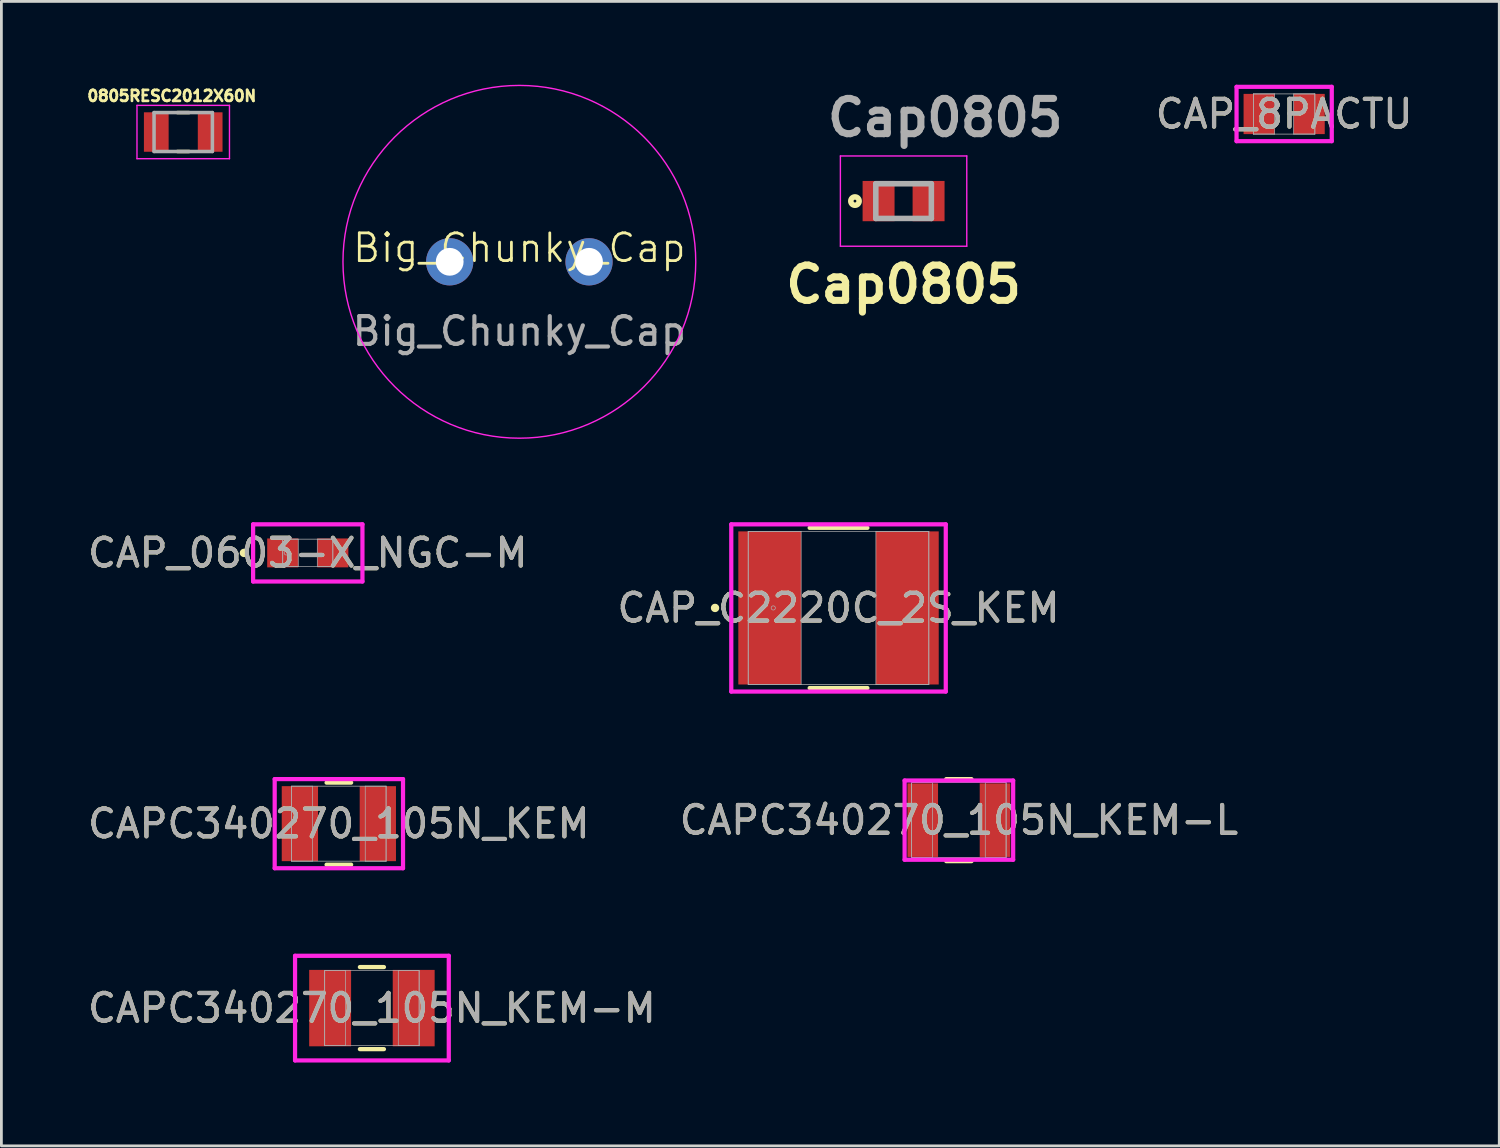
<source format=kicad_pcb>
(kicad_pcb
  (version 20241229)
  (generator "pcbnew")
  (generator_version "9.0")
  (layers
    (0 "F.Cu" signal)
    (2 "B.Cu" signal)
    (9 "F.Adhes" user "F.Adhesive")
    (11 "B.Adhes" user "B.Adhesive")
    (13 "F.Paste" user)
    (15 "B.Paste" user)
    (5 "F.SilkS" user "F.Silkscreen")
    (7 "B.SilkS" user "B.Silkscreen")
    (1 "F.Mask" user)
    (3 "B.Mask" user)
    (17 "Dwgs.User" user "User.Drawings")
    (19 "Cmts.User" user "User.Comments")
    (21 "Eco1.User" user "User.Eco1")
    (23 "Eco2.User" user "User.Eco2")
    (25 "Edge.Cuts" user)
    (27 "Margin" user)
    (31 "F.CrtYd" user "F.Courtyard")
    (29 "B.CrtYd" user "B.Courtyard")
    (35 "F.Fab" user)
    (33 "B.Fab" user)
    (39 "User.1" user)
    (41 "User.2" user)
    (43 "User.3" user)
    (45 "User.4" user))
  (footprint "Big_Chunky_Cap"
    (layer "F.Cu")
    (at 15.647 6.375)
    (property "Reference" "Big_Chunky_Cap" (at 0 -0.5 0) (unlocked yes) (layer "F.SilkS") (effects (font (size 1 1) (thickness 0.1))))
    (attr through_hole)
    (fp_circle (center 0 0) (end 6.35 0) (stroke (width 0.05) (type default)) (fill no) (layer "F.CrtYd"))
    (fp_text user "${REFERENCE}" (at 0 2.5 0) (unlocked yes) (layer "F.Fab") (effects (font (size 1 1) (thickness 0.15))))
    (pad "3" thru_hole circle (at 2.508 0) (size 1.7 1.7) (drill 1) (layers "*.Cu" "*.Mask"))
    (pad "4" thru_hole circle (at -2.508 0) (size 1.7 1.7) (drill 1) (layers "*.Cu" "*.Mask")))
  (footprint "CAP_0603-X_NGC-M"
    (layer "F.Cu")
    (at 8.03 16.855)
    (property "Reference" "CAP_0603-X_NGC-M" (at 0 0 0) (unlocked yes) (layer "F.SilkS") (effects (font (size 1 1) (thickness 0.15))))
    (attr smd)
    (fp_circle (center -2.299 0) (end -2.223 0) (stroke (width 0.152) (type solid)) (fill no) (layer "F.SilkS"))
    (fp_line (start -1.968 -1.029) (end 1.968 -1.029) (stroke (width 0.152) (type solid)) (layer "F.CrtYd"))
    (fp_line (start -1.968 1.029) (end -1.968 -1.029) (stroke (width 0.152) (type solid)) (layer "F.CrtYd"))
    (fp_line (start 1.968 -1.029) (end 1.968 1.029) (stroke (width 0.152) (type solid)) (layer "F.CrtYd"))
    (fp_line (start 1.968 1.029) (end -1.968 1.029) (stroke (width 0.152) (type solid)) (layer "F.CrtYd"))
    (fp_line (start -0.902 -0.495) (end -0.902 0.495) (stroke (width 0.025) (type solid)) (layer "F.Fab"))
    (fp_line (start -0.902 -0.495) (end -0.902 0.495) (stroke (width 0.025) (type solid)) (layer "F.Fab"))
    (fp_line (start -0.902 0.495) (end -0.343 0.495) (stroke (width 0.025) (type solid)) (layer "F.Fab"))
    (fp_line (start -0.902 0.495) (end 0.902 0.495) (stroke (width 0.025) (type solid)) (layer "F.Fab"))
    (fp_line (start -0.343 -0.495) (end -0.902 -0.495) (stroke (width 0.025) (type solid)) (layer "F.Fab"))
    (fp_line (start -0.343 0.495) (end -0.343 -0.495) (stroke (width 0.025) (type solid)) (layer "F.Fab"))
    (fp_line (start 0.343 -0.495) (end 0.343 0.495) (stroke (width 0.025) (type solid)) (layer "F.Fab"))
    (fp_line (start 0.343 0.495) (end 0.902 0.495) (stroke (width 0.025) (type solid)) (layer "F.Fab"))
    (fp_line (start 0.902 -0.495) (end -0.902 -0.495) (stroke (width 0.025) (type solid)) (layer "F.Fab"))
    (fp_line (start 0.902 -0.495) (end 0.343 -0.495) (stroke (width 0.025) (type solid)) (layer "F.Fab"))
    (fp_line (start 0.902 0.495) (end 0.902 -0.495) (stroke (width 0.025) (type solid)) (layer "F.Fab"))
    (fp_line (start 0.902 0.495) (end 0.902 -0.495) (stroke (width 0.025) (type solid)) (layer "F.Fab"))
    (fp_circle (center -0.775 0) (end -0.699 0) (stroke (width 0.025) (type solid)) (fill no) (layer "F.Fab"))
    (fp_text user "${REFERENCE}" (at 0 0 0) (unlocked yes) (layer "F.Fab") (effects (font (size 1 1) (thickness 0.15))))
    (pad "1" smd rect (at -0.902 0) (size 1.118 1.041) (layers "F.Cu" "F.Mask" "F.Paste"))
    (pad "2" smd rect (at 0.902 0) (size 1.118 1.041) (layers "F.Cu" "F.Mask" "F.Paste"))
    (zone (net_name "") (layer "F.Cu") (hatch full 0.508) (connect_pads) (min_thickness 0.254) (filled_areas_thickness no) (keepout (tracks not_allowed) (vias not_allowed) (pads allowed) (copperpour not_allowed) (footprints allowed)) (placement (enabled no)) (fill) (polygon (pts (xy 7.738 16.41) (xy 8.322 16.41) (xy 8.322 17.299) (xy 7.738 17.299)))))
  (footprint "0805RESC2012X60N"
    (layer "F.Cu")
    (at 3.546 1.703)
    (property "Reference" "0805RESC2012X60N" (at -0.41 -1.3 0) (layer "F.SilkS") (effects (font (size 0.394 0.394) (thickness 0.15))))
    (attr smd)
    (fp_line (start -0.21 -0.7) (end 0.21 -0.7) (stroke (width 0.127) (type solid)) (layer "F.SilkS"))
    (fp_line (start -0.21 0.7) (end 0.21 0.7) (stroke (width 0.127) (type solid)) (layer "F.SilkS"))
    (fp_line (start -1.665 -0.96) (end 1.665 -0.96) (stroke (width 0.05) (type solid)) (layer "F.CrtYd"))
    (fp_line (start -1.665 0.96) (end -1.665 -0.96) (stroke (width 0.05) (type solid)) (layer "F.CrtYd"))
    (fp_line (start -1.665 0.96) (end 1.665 0.96) (stroke (width 0.05) (type solid)) (layer "F.CrtYd"))
    (fp_line (start 1.665 0.96) (end 1.665 -0.96) (stroke (width 0.05) (type solid)) (layer "F.CrtYd"))
    (fp_line (start -1.05 0.7) (end -1.05 -0.7) (stroke (width 0.127) (type solid)) (layer "F.Fab"))
    (fp_line (start 1.05 -0.7) (end -1.05 -0.7) (stroke (width 0.127) (type solid)) (layer "F.Fab"))
    (fp_line (start 1.05 0.7) (end -1.05 0.7) (stroke (width 0.127) (type solid)) (layer "F.Fab"))
    (fp_line (start 1.05 0.7) (end 1.05 -0.7) (stroke (width 0.127) (type solid)) (layer "F.Fab"))
    (pad "1" smd rect (at -0.97 0) (size 0.89 1.42) (layers "F.Cu" "F.Mask" "F.Paste"))
    (pad "2" smd rect (at 0.97 0) (size 0.89 1.42) (layers "F.Cu" "F.Mask" "F.Paste")))
  (footprint "CAPC340270_105N_KEM"
    (layer "F.Cu")
    (at 9.149 26.602)
    (property "Reference" "CAPC340270_105N_KEM" (at 0 0 0) (unlocked yes) (layer "F.SilkS") (effects (font (size 1 1) (thickness 0.15))))
    (attr smd)
    (fp_line (start -0.442 1.477) (end 0.442 1.477) (stroke (width 0.152) (type solid)) (layer "F.SilkS"))
    (fp_line (start 0.442 -1.477) (end -0.442 -1.477) (stroke (width 0.152) (type solid)) (layer "F.SilkS"))
    (fp_line (start -2.31 -1.604) (end 2.31 -1.604) (stroke (width 0.152) (type solid)) (layer "F.CrtYd"))
    (fp_line (start -2.31 1.604) (end -2.31 -1.604) (stroke (width 0.152) (type solid)) (layer "F.CrtYd"))
    (fp_line (start 2.31 -1.604) (end 2.31 1.604) (stroke (width 0.152) (type solid)) (layer "F.CrtYd"))
    (fp_line (start 2.31 1.604) (end -2.31 1.604) (stroke (width 0.152) (type solid)) (layer "F.CrtYd"))
    (fp_line (start -1.7 -1.35) (end -1.7 1.35) (stroke (width 0.025) (type solid)) (layer "F.Fab"))
    (fp_line (start -1.7 -1.35) (end -1.7 1.35) (stroke (width 0.025) (type solid)) (layer "F.Fab"))
    (fp_line (start -1.7 1.35) (end -0.95 1.35) (stroke (width 0.025) (type solid)) (layer "F.Fab"))
    (fp_line (start -1.7 1.35) (end 1.7 1.35) (stroke (width 0.025) (type solid)) (layer "F.Fab"))
    (fp_line (start -0.95 -1.35) (end -1.7 -1.35) (stroke (width 0.025) (type solid)) (layer "F.Fab"))
    (fp_line (start -0.95 1.35) (end -0.95 -1.35) (stroke (width 0.025) (type solid)) (layer "F.Fab"))
    (fp_line (start 0.95 -1.35) (end 0.95 1.35) (stroke (width 0.025) (type solid)) (layer "F.Fab"))
    (fp_line (start 0.95 1.35) (end 1.7 1.35) (stroke (width 0.025) (type solid)) (layer "F.Fab"))
    (fp_line (start 1.7 -1.35) (end -1.7 -1.35) (stroke (width 0.025) (type solid)) (layer "F.Fab"))
    (fp_line (start 1.7 -1.35) (end 0.95 -1.35) (stroke (width 0.025) (type solid)) (layer "F.Fab"))
    (fp_line (start 1.7 1.35) (end 1.7 -1.35) (stroke (width 0.025) (type solid)) (layer "F.Fab"))
    (fp_line (start 1.7 1.35) (end 1.7 -1.35) (stroke (width 0.025) (type solid)) (layer "F.Fab"))
    (fp_text user "${REFERENCE}" (at 0 0 0) (unlocked yes) (layer "F.Fab") (effects (font (size 1 1) (thickness 0.15))))
    (pad "1" smd rect (at -1.403 0) (size 1.306 2.7) (layers "F.Cu" "F.Mask" "F.Paste"))
    (pad "2" smd rect (at 1.403 0) (size 1.306 2.7) (layers "F.Cu" "F.Mask" "F.Paste"))
    (zone (net_name "") (layer "F.Cu") (hatch full 0.508) (connect_pads) (min_thickness 0.254) (filled_areas_thickness no) (keepout (tracks not_allowed) (vias not_allowed) (pads allowed) (copperpour not_allowed) (footprints allowed)) (placement (enabled no)) (fill) (polygon (pts (xy 8.45 25.303) (xy 9.848 25.303) (xy 9.848 27.902) (xy 8.45 27.902)))))
  (footprint "CAP_C2220C_2S_KEM"
    (layer "F.Cu")
    (at 27.137 18.836)
    (property "Reference" "CAP_C2220C_2S_KEM" (at 0 0 0) (unlocked yes) (layer "F.SilkS") (effects (font (size 1 1) (thickness 0.15))))
    (attr smd)
    (fp_line (start -1.039 2.883) (end 1.039 2.883) (stroke (width 0.152) (type solid)) (layer "F.SilkS"))
    (fp_line (start 1.039 -2.883) (end -1.039 -2.883) (stroke (width 0.152) (type solid)) (layer "F.SilkS"))
    (fp_circle (center -4.445 0) (end -4.369 0) (stroke (width 0.152) (type solid)) (fill no) (layer "F.SilkS"))
    (fp_line (start -3.861 -3.01) (end 3.861 -3.01) (stroke (width 0.152) (type solid)) (layer "F.CrtYd"))
    (fp_line (start -3.861 3.01) (end -3.861 -3.01) (stroke (width 0.152) (type solid)) (layer "F.CrtYd"))
    (fp_line (start 3.861 -3.01) (end 3.861 3.01) (stroke (width 0.152) (type solid)) (layer "F.CrtYd"))
    (fp_line (start 3.861 3.01) (end -3.861 3.01) (stroke (width 0.152) (type solid)) (layer "F.CrtYd"))
    (fp_line (start -3.251 -2.756) (end -3.251 2.756) (stroke (width 0.025) (type solid)) (layer "F.Fab"))
    (fp_line (start -3.251 -2.756) (end -3.251 2.756) (stroke (width 0.025) (type solid)) (layer "F.Fab"))
    (fp_line (start -3.251 2.756) (end -1.346 2.756) (stroke (width 0.025) (type solid)) (layer "F.Fab"))
    (fp_line (start -3.251 2.756) (end 3.251 2.756) (stroke (width 0.025) (type solid)) (layer "F.Fab"))
    (fp_line (start -1.346 -2.756) (end -3.251 -2.756) (stroke (width 0.025) (type solid)) (layer "F.Fab"))
    (fp_line (start -1.346 2.756) (end -1.346 -2.756) (stroke (width 0.025) (type solid)) (layer "F.Fab"))
    (fp_line (start 1.346 -2.756) (end 1.346 2.756) (stroke (width 0.025) (type solid)) (layer "F.Fab"))
    (fp_line (start 1.346 2.756) (end 3.251 2.756) (stroke (width 0.025) (type solid)) (layer "F.Fab"))
    (fp_line (start 3.251 -2.756) (end -3.251 -2.756) (stroke (width 0.025) (type solid)) (layer "F.Fab"))
    (fp_line (start 3.251 -2.756) (end 1.346 -2.756) (stroke (width 0.025) (type solid)) (layer "F.Fab"))
    (fp_line (start 3.251 2.756) (end 3.251 -2.756) (stroke (width 0.025) (type solid)) (layer "F.Fab"))
    (fp_line (start 3.251 2.756) (end 3.251 -2.756) (stroke (width 0.025) (type solid)) (layer "F.Fab"))
    (fp_circle (center -2.349 0) (end -2.273 0) (stroke (width 0.025) (type solid)) (fill no) (layer "F.Fab"))
    (fp_text user "${REFERENCE}" (at 0 0 0) (unlocked yes) (layer "F.Fab") (effects (font (size 1 1) (thickness 0.15))))
    (pad "1" smd rect (at -2.477 0) (size 2.261 5.512) (layers "F.Cu" "F.Mask" "F.Paste"))
    (pad "2" smd rect (at 2.477 0) (size 2.261 5.512) (layers "F.Cu" "F.Mask" "F.Paste"))
    (zone (net_name "") (layer "F.Cu") (hatch full 0.508) (connect_pads) (min_thickness 0.254) (filled_areas_thickness no) (keepout (tracks not_allowed) (vias not_allowed) (pads allowed) (copperpour not_allowed) (footprints allowed)) (placement (enabled no)) (fill) (polygon (pts (xy 25.842 16.131) (xy 28.432 16.131) (xy 28.432 21.541) (xy 25.842 21.541)))))
  (footprint "Cap0805"
    (layer "F.Cu")
    (at 29.479 4.189)
    (property "Reference" "Cap0805" (at 0 3 0) (layer "F.SilkS") (effects (font (size 1.27 1.27) (thickness 0.254))))
    (attr smd)
    (fp_circle (center -1.75 0) (end -1.75 0.05) (stroke (width 0.2) (type solid)) (fill no) (layer "F.SilkS"))
    (fp_line (start -2.275 -1.625) (end 2.275 -1.625) (stroke (width 0.05) (type solid)) (layer "F.CrtYd"))
    (fp_line (start -2.275 1.625) (end -2.275 -1.625) (stroke (width 0.05) (type solid)) (layer "F.CrtYd"))
    (fp_line (start 2.275 -1.625) (end 2.275 1.625) (stroke (width 0.05) (type solid)) (layer "F.CrtYd"))
    (fp_line (start 2.275 1.625) (end -2.275 1.625) (stroke (width 0.05) (type solid)) (layer "F.CrtYd"))
    (fp_line (start -1 -0.625) (end 1 -0.625) (stroke (width 0.2) (type solid)) (layer "F.Fab"))
    (fp_line (start -1 0.625) (end -1 -0.625) (stroke (width 0.2) (type solid)) (layer "F.Fab"))
    (fp_line (start 1 -0.625) (end 1 0.625) (stroke (width 0.2) (type solid)) (layer "F.Fab"))
    (fp_line (start 1 0.625) (end -1 0.625) (stroke (width 0.2) (type solid)) (layer "F.Fab"))
    (fp_text user "${REFERENCE}" (at 1.5 -3 0) (layer "F.Fab") (effects (font (size 1.27 1.27) (thickness 0.254))))
    (pad "1" smd rect (at -0.9 0) (size 1.15 1.45) (layers "F.Cu" "F.Mask" "F.Paste"))
    (pad "2" smd rect (at 0.9 0) (size 1.15 1.45) (layers "F.Cu" "F.Mask" "F.Paste")))
  (footprint "CAP_8PACTU"
    (layer "F.Cu")
    (at 43.18 1.054)
    (property "Reference" "CAP_8PACTU" (at 0 0 0) (unlocked yes) (layer "F.SilkS") (effects (font (size 1 1) (thickness 0.15))))
    (attr smd)
    (fp_line (start -1.714 -0.978) (end 1.714 -0.978) (stroke (width 0.152) (type solid)) (layer "F.CrtYd"))
    (fp_line (start -1.714 0.978) (end -1.714 -0.978) (stroke (width 0.152) (type solid)) (layer "F.CrtYd"))
    (fp_line (start 1.714 -0.978) (end 1.714 0.978) (stroke (width 0.152) (type solid)) (layer "F.CrtYd"))
    (fp_line (start 1.714 0.978) (end -1.714 0.978) (stroke (width 0.152) (type solid)) (layer "F.CrtYd"))
    (fp_line (start -1.105 -0.724) (end -1.105 0.724) (stroke (width 0.025) (type solid)) (layer "F.Fab"))
    (fp_line (start -1.105 -0.724) (end -1.105 0.724) (stroke (width 0.025) (type solid)) (layer "F.Fab"))
    (fp_line (start -1.105 0.724) (end -0.343 0.724) (stroke (width 0.025) (type solid)) (layer "F.Fab"))
    (fp_line (start -1.105 0.724) (end 1.105 0.724) (stroke (width 0.025) (type solid)) (layer "F.Fab"))
    (fp_line (start -0.343 -0.724) (end -1.105 -0.724) (stroke (width 0.025) (type solid)) (layer "F.Fab"))
    (fp_line (start -0.343 0.724) (end -0.343 -0.724) (stroke (width 0.025) (type solid)) (layer "F.Fab"))
    (fp_line (start 0.343 -0.724) (end 0.343 0.724) (stroke (width 0.025) (type solid)) (layer "F.Fab"))
    (fp_line (start 0.343 0.724) (end 1.105 0.724) (stroke (width 0.025) (type solid)) (layer "F.Fab"))
    (fp_line (start 1.105 -0.724) (end -1.105 -0.724) (stroke (width 0.025) (type solid)) (layer "F.Fab"))
    (fp_line (start 1.105 -0.724) (end 0.343 -0.724) (stroke (width 0.025) (type solid)) (layer "F.Fab"))
    (fp_line (start 1.105 0.724) (end 1.105 -0.724) (stroke (width 0.025) (type solid)) (layer "F.Fab"))
    (fp_line (start 1.105 0.724) (end 1.105 -0.724) (stroke (width 0.025) (type solid)) (layer "F.Fab"))
    (fp_circle (center -0.775 0) (end -0.775 0) (stroke (width 0.025) (type solid)) (fill no) (layer "F.Fab"))
    (fp_text user "${REFERENCE}" (at 0 0 0) (unlocked yes) (layer "F.Fab") (effects (font (size 1 1) (thickness 0.15))))
    (pad "1" smd rect (at -0.902 0) (size 1.118 1.448) (layers "F.Cu" "F.Mask" "F.Paste"))
    (pad "2" smd rect (at 0.902 0) (size 1.118 1.448) (layers "F.Cu" "F.Mask" "F.Paste"))
    (zone (net_name "") (layer "F.Cu") (hatch full 0.508) (connect_pads) (min_thickness 0.254) (filled_areas_thickness no) (keepout (tracks not_allowed) (vias not_allowed) (pads allowed) (copperpour not_allowed) (footprints allowed)) (placement (enabled no)) (fill) (polygon (pts (xy 42.888 0.381) (xy 43.472 0.381) (xy 43.472 1.727) (xy 42.888 1.727)))))
  (footprint "CAPC340270_105N_KEM-M"
    (layer "F.Cu")
    (at 10.339 33.242)
    (property "Reference" "CAPC340270_105N_KEM-M" (at 0 0 0) (unlocked yes) (layer "F.SilkS") (effects (font (size 1 1) (thickness 0.15))))
    (attr smd)
    (fp_line (start -0.433 1.477) (end 0.433 1.477) (stroke (width 0.152) (type solid)) (layer "F.SilkS"))
    (fp_line (start 0.433 -1.477) (end -0.433 -1.477) (stroke (width 0.152) (type solid)) (layer "F.SilkS"))
    (fp_line (start -2.767 -1.883) (end 2.767 -1.883) (stroke (width 0.152) (type solid)) (layer "F.CrtYd"))
    (fp_line (start -2.767 1.883) (end -2.767 -1.883) (stroke (width 0.152) (type solid)) (layer "F.CrtYd"))
    (fp_line (start 2.767 -1.883) (end 2.767 1.883) (stroke (width 0.152) (type solid)) (layer "F.CrtYd"))
    (fp_line (start 2.767 1.883) (end -2.767 1.883) (stroke (width 0.152) (type solid)) (layer "F.CrtYd"))
    (fp_line (start -1.7 -1.35) (end -1.7 1.35) (stroke (width 0.025) (type solid)) (layer "F.Fab"))
    (fp_line (start -1.7 -1.35) (end -1.7 1.35) (stroke (width 0.025) (type solid)) (layer "F.Fab"))
    (fp_line (start -1.7 1.35) (end -0.95 1.35) (stroke (width 0.025) (type solid)) (layer "F.Fab"))
    (fp_line (start -1.7 1.35) (end 1.7 1.35) (stroke (width 0.025) (type solid)) (layer "F.Fab"))
    (fp_line (start -0.95 -1.35) (end -1.7 -1.35) (stroke (width 0.025) (type solid)) (layer "F.Fab"))
    (fp_line (start -0.95 1.35) (end -0.95 -1.35) (stroke (width 0.025) (type solid)) (layer "F.Fab"))
    (fp_line (start 0.95 -1.35) (end 0.95 1.35) (stroke (width 0.025) (type solid)) (layer "F.Fab"))
    (fp_line (start 0.95 1.35) (end 1.7 1.35) (stroke (width 0.025) (type solid)) (layer "F.Fab"))
    (fp_line (start 1.7 -1.35) (end -1.7 -1.35) (stroke (width 0.025) (type solid)) (layer "F.Fab"))
    (fp_line (start 1.7 -1.35) (end 0.95 -1.35) (stroke (width 0.025) (type solid)) (layer "F.Fab"))
    (fp_line (start 1.7 1.35) (end 1.7 -1.35) (stroke (width 0.025) (type solid)) (layer "F.Fab"))
    (fp_line (start 1.7 1.35) (end 1.7 -1.35) (stroke (width 0.025) (type solid)) (layer "F.Fab"))
    (fp_text user "${REFERENCE}" (at 0 0 0) (unlocked yes) (layer "F.Fab") (effects (font (size 1 1) (thickness 0.15))))
    (pad "1" smd rect (at -1.504 0) (size 1.509 2.751) (layers "F.Cu" "F.Mask" "F.Paste"))
    (pad "2" smd rect (at 1.504 0) (size 1.509 2.751) (layers "F.Cu" "F.Mask" "F.Paste"))
    (zone (net_name "") (layer "F.Cu") (hatch full 0.508) (connect_pads) (min_thickness 0.254) (filled_areas_thickness no) (keepout (tracks not_allowed) (vias not_allowed) (pads allowed) (copperpour not_allowed) (footprints allowed)) (placement (enabled no)) (fill) (polygon (pts (xy 9.64 31.943) (xy 11.038 31.943) (xy 11.038 34.541) (xy 9.64 34.541)))))
  (footprint "CAPC340270_105N_KEM-L"
    (layer "F.Cu")
    (at 31.47 26.475)
    (property "Reference" "CAPC340270_105N_KEM-L" (at 0 0 0) (unlocked yes) (layer "F.SilkS") (effects (font (size 1 1) (thickness 0.15))))
    (attr smd)
    (fp_line (start -0.454 1.477) (end 0.454 1.477) (stroke (width 0.152) (type solid)) (layer "F.SilkS"))
    (fp_line (start 0.454 -1.477) (end -0.454 -1.477) (stroke (width 0.152) (type solid)) (layer "F.SilkS"))
    (fp_line (start -1.954 -1.426) (end 1.954 -1.426) (stroke (width 0.152) (type solid)) (layer "F.CrtYd"))
    (fp_line (start -1.954 1.426) (end -1.954 -1.426) (stroke (width 0.152) (type solid)) (layer "F.CrtYd"))
    (fp_line (start 1.954 -1.426) (end 1.954 1.426) (stroke (width 0.152) (type solid)) (layer "F.CrtYd"))
    (fp_line (start 1.954 1.426) (end -1.954 1.426) (stroke (width 0.152) (type solid)) (layer "F.CrtYd"))
    (fp_line (start -1.7 -1.35) (end -1.7 1.35) (stroke (width 0.025) (type solid)) (layer "F.Fab"))
    (fp_line (start -1.7 -1.35) (end -1.7 1.35) (stroke (width 0.025) (type solid)) (layer "F.Fab"))
    (fp_line (start -1.7 1.35) (end -0.95 1.35) (stroke (width 0.025) (type solid)) (layer "F.Fab"))
    (fp_line (start -1.7 1.35) (end 1.7 1.35) (stroke (width 0.025) (type solid)) (layer "F.Fab"))
    (fp_line (start -0.95 -1.35) (end -1.7 -1.35) (stroke (width 0.025) (type solid)) (layer "F.Fab"))
    (fp_line (start -0.95 1.35) (end -0.95 -1.35) (stroke (width 0.025) (type solid)) (layer "F.Fab"))
    (fp_line (start 0.95 -1.35) (end 0.95 1.35) (stroke (width 0.025) (type solid)) (layer "F.Fab"))
    (fp_line (start 0.95 1.35) (end 1.7 1.35) (stroke (width 0.025) (type solid)) (layer "F.Fab"))
    (fp_line (start 1.7 -1.35) (end -1.7 -1.35) (stroke (width 0.025) (type solid)) (layer "F.Fab"))
    (fp_line (start 1.7 -1.35) (end 0.95 -1.35) (stroke (width 0.025) (type solid)) (layer "F.Fab"))
    (fp_line (start 1.7 1.35) (end 1.7 -1.35) (stroke (width 0.025) (type solid)) (layer "F.Fab"))
    (fp_line (start 1.7 1.35) (end 1.7 -1.35) (stroke (width 0.025) (type solid)) (layer "F.Fab"))
    (fp_text user "${REFERENCE}" (at 0 0 0) (unlocked yes) (layer "F.Fab") (effects (font (size 1 1) (thickness 0.15))))
    (pad "1" smd rect (at -1.301 0) (size 1.102 2.649) (layers "F.Cu" "F.Mask" "F.Paste"))
    (pad "2" smd rect (at 1.301 0) (size 1.102 2.649) (layers "F.Cu" "F.Mask" "F.Paste"))
    (zone (net_name "") (layer "F.Cu") (hatch full 0.508) (connect_pads) (min_thickness 0.254) (filled_areas_thickness no) (keepout (tracks not_allowed) (vias not_allowed) (pads allowed) (copperpour not_allowed) (footprints allowed)) (placement (enabled no)) (fill) (polygon (pts (xy 30.771 25.176) (xy 32.169 25.176) (xy 32.169 27.775) (xy 30.771 27.775)))))
  (gr_rect
    (start -3 -3)
    (end 50.924 38.202)
    (stroke (width 0.1) (type default))
    (fill no)
    (layer "Edge.Cuts")))
</source>
